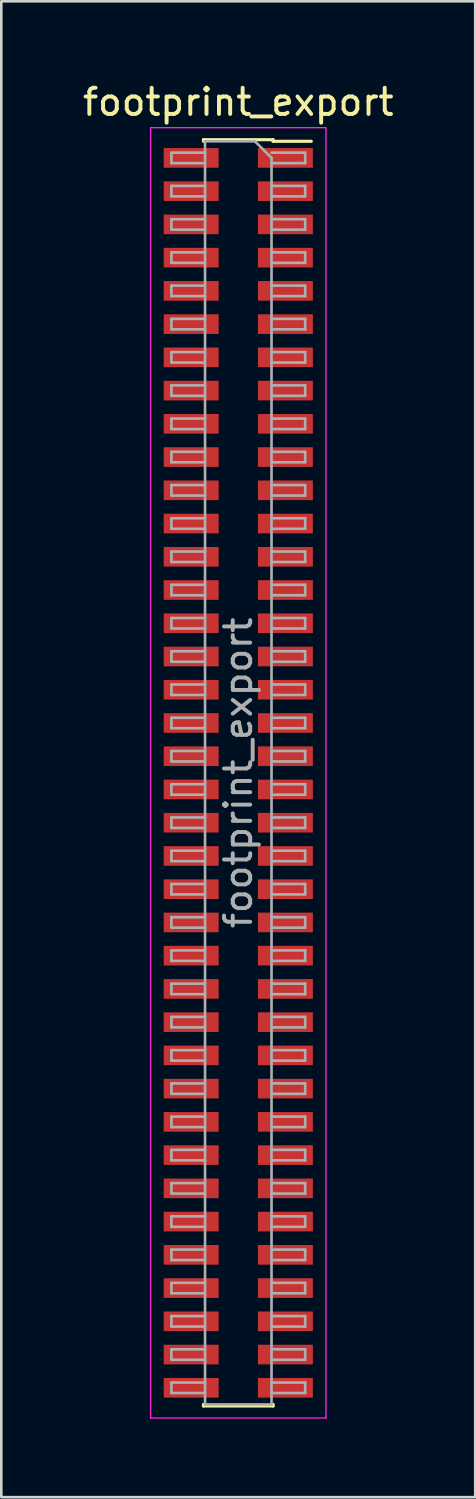
<source format=kicad_pcb>
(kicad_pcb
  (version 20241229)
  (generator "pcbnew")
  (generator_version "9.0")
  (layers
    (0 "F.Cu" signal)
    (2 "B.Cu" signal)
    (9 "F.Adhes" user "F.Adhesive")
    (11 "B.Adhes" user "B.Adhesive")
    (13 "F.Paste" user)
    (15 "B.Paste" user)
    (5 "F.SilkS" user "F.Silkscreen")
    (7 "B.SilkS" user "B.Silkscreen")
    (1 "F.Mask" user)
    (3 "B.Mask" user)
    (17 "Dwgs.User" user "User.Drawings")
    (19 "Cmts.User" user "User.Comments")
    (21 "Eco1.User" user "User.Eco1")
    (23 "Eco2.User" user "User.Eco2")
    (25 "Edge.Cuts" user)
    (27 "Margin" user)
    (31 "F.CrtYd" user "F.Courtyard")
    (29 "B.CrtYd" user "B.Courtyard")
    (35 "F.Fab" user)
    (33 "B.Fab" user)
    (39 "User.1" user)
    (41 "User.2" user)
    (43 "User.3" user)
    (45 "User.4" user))
  (footprint "footprint_export"
    (layer "F.Cu")
    (at 6.054 26.478)
    (property "Reference" "footprint_export" (at 0 -25.63 0) (layer "F.SilkS") (effects (font (size 1 1) (thickness 0.15))))
    (attr smd)
    (fp_line (start -1.33 -24.19) (end -1.33 -24.13) (stroke (width 0.12) (type solid)) (layer "F.SilkS"))
    (fp_line (start -1.33 -24.19) (end 1.33 -24.19) (stroke (width 0.12) (type solid)) (layer "F.SilkS"))
    (fp_line (start -1.33 24.13) (end -1.33 24.19) (stroke (width 0.12) (type solid)) (layer "F.SilkS"))
    (fp_line (start -1.33 24.19) (end 1.33 24.19) (stroke (width 0.12) (type solid)) (layer "F.SilkS"))
    (fp_line (start 1.33 -24.19) (end 1.33 -24.13) (stroke (width 0.12) (type solid)) (layer "F.SilkS"))
    (fp_line (start 1.33 -24.13) (end 2.79 -24.13) (stroke (width 0.12) (type solid)) (layer "F.SilkS"))
    (fp_line (start 1.33 24.13) (end 1.33 24.19) (stroke (width 0.12) (type solid)) (layer "F.SilkS"))
    (fp_line (start -3.35 -24.65) (end 3.35 -24.65) (stroke (width 0.05) (type solid)) (layer "F.CrtYd"))
    (fp_line (start -3.35 24.65) (end -3.35 -24.65) (stroke (width 0.05) (type solid)) (layer "F.CrtYd"))
    (fp_line (start 3.35 -24.65) (end 3.35 24.65) (stroke (width 0.05) (type solid)) (layer "F.CrtYd"))
    (fp_line (start 3.35 24.65) (end -3.35 24.65) (stroke (width 0.05) (type solid)) (layer "F.CrtYd"))
    (fp_line (start -2.555 -23.695) (end -1.27 -23.695) (stroke (width 0.1) (type solid)) (layer "F.Fab"))
    (fp_line (start -2.555 -23.295) (end -2.555 -23.695) (stroke (width 0.1) (type solid)) (layer "F.Fab"))
    (fp_line (start -2.555 -22.425) (end -1.27 -22.425) (stroke (width 0.1) (type solid)) (layer "F.Fab"))
    (fp_line (start -2.555 -22.025) (end -2.555 -22.425) (stroke (width 0.1) (type solid)) (layer "F.Fab"))
    (fp_line (start -2.555 -21.155) (end -1.27 -21.155) (stroke (width 0.1) (type solid)) (layer "F.Fab"))
    (fp_line (start -2.555 -20.755) (end -2.555 -21.155) (stroke (width 0.1) (type solid)) (layer "F.Fab"))
    (fp_line (start -2.555 -19.885) (end -1.27 -19.885) (stroke (width 0.1) (type solid)) (layer "F.Fab"))
    (fp_line (start -2.555 -19.485) (end -2.555 -19.885) (stroke (width 0.1) (type solid)) (layer "F.Fab"))
    (fp_line (start -2.555 -18.615) (end -1.27 -18.615) (stroke (width 0.1) (type solid)) (layer "F.Fab"))
    (fp_line (start -2.555 -18.215) (end -2.555 -18.615) (stroke (width 0.1) (type solid)) (layer "F.Fab"))
    (fp_line (start -2.555 -17.345) (end -1.27 -17.345) (stroke (width 0.1) (type solid)) (layer "F.Fab"))
    (fp_line (start -2.555 -16.945) (end -2.555 -17.345) (stroke (width 0.1) (type solid)) (layer "F.Fab"))
    (fp_line (start -2.555 -16.075) (end -1.27 -16.075) (stroke (width 0.1) (type solid)) (layer "F.Fab"))
    (fp_line (start -2.555 -15.675) (end -2.555 -16.075) (stroke (width 0.1) (type solid)) (layer "F.Fab"))
    (fp_line (start -2.555 -14.805) (end -1.27 -14.805) (stroke (width 0.1) (type solid)) (layer "F.Fab"))
    (fp_line (start -2.555 -14.405) (end -2.555 -14.805) (stroke (width 0.1) (type solid)) (layer "F.Fab"))
    (fp_line (start -2.555 -13.535) (end -1.27 -13.535) (stroke (width 0.1) (type solid)) (layer "F.Fab"))
    (fp_line (start -2.555 -13.135) (end -2.555 -13.535) (stroke (width 0.1) (type solid)) (layer "F.Fab"))
    (fp_line (start -2.555 -12.265) (end -1.27 -12.265) (stroke (width 0.1) (type solid)) (layer "F.Fab"))
    (fp_line (start -2.555 -11.865) (end -2.555 -12.265) (stroke (width 0.1) (type solid)) (layer "F.Fab"))
    (fp_line (start -2.555 -10.995) (end -1.27 -10.995) (stroke (width 0.1) (type solid)) (layer "F.Fab"))
    (fp_line (start -2.555 -10.595) (end -2.555 -10.995) (stroke (width 0.1) (type solid)) (layer "F.Fab"))
    (fp_line (start -2.555 -9.725) (end -1.27 -9.725) (stroke (width 0.1) (type solid)) (layer "F.Fab"))
    (fp_line (start -2.555 -9.325) (end -2.555 -9.725) (stroke (width 0.1) (type solid)) (layer "F.Fab"))
    (fp_line (start -2.555 -8.455) (end -1.27 -8.455) (stroke (width 0.1) (type solid)) (layer "F.Fab"))
    (fp_line (start -2.555 -8.055) (end -2.555 -8.455) (stroke (width 0.1) (type solid)) (layer "F.Fab"))
    (fp_line (start -2.555 -7.185) (end -1.27 -7.185) (stroke (width 0.1) (type solid)) (layer "F.Fab"))
    (fp_line (start -2.555 -6.785) (end -2.555 -7.185) (stroke (width 0.1) (type solid)) (layer "F.Fab"))
    (fp_line (start -2.555 -5.915) (end -1.27 -5.915) (stroke (width 0.1) (type solid)) (layer "F.Fab"))
    (fp_line (start -2.555 -5.515) (end -2.555 -5.915) (stroke (width 0.1) (type solid)) (layer "F.Fab"))
    (fp_line (start -2.555 -4.645) (end -1.27 -4.645) (stroke (width 0.1) (type solid)) (layer "F.Fab"))
    (fp_line (start -2.555 -4.245) (end -2.555 -4.645) (stroke (width 0.1) (type solid)) (layer "F.Fab"))
    (fp_line (start -2.555 -3.375) (end -1.27 -3.375) (stroke (width 0.1) (type solid)) (layer "F.Fab"))
    (fp_line (start -2.555 -2.975) (end -2.555 -3.375) (stroke (width 0.1) (type solid)) (layer "F.Fab"))
    (fp_line (start -2.555 -2.105) (end -1.27 -2.105) (stroke (width 0.1) (type solid)) (layer "F.Fab"))
    (fp_line (start -2.555 -1.705) (end -2.555 -2.105) (stroke (width 0.1) (type solid)) (layer "F.Fab"))
    (fp_line (start -2.555 -0.835) (end -1.27 -0.835) (stroke (width 0.1) (type solid)) (layer "F.Fab"))
    (fp_line (start -2.555 -0.435) (end -2.555 -0.835) (stroke (width 0.1) (type solid)) (layer "F.Fab"))
    (fp_line (start -2.555 0.435) (end -1.27 0.435) (stroke (width 0.1) (type solid)) (layer "F.Fab"))
    (fp_line (start -2.555 0.835) (end -2.555 0.435) (stroke (width 0.1) (type solid)) (layer "F.Fab"))
    (fp_line (start -2.555 1.705) (end -1.27 1.705) (stroke (width 0.1) (type solid)) (layer "F.Fab"))
    (fp_line (start -2.555 2.105) (end -2.555 1.705) (stroke (width 0.1) (type solid)) (layer "F.Fab"))
    (fp_line (start -2.555 2.975) (end -1.27 2.975) (stroke (width 0.1) (type solid)) (layer "F.Fab"))
    (fp_line (start -2.555 3.375) (end -2.555 2.975) (stroke (width 0.1) (type solid)) (layer "F.Fab"))
    (fp_line (start -2.555 4.245) (end -1.27 4.245) (stroke (width 0.1) (type solid)) (layer "F.Fab"))
    (fp_line (start -2.555 4.645) (end -2.555 4.245) (stroke (width 0.1) (type solid)) (layer "F.Fab"))
    (fp_line (start -2.555 5.515) (end -1.27 5.515) (stroke (width 0.1) (type solid)) (layer "F.Fab"))
    (fp_line (start -2.555 5.915) (end -2.555 5.515) (stroke (width 0.1) (type solid)) (layer "F.Fab"))
    (fp_line (start -2.555 6.785) (end -1.27 6.785) (stroke (width 0.1) (type solid)) (layer "F.Fab"))
    (fp_line (start -2.555 7.185) (end -2.555 6.785) (stroke (width 0.1) (type solid)) (layer "F.Fab"))
    (fp_line (start -2.555 8.055) (end -1.27 8.055) (stroke (width 0.1) (type solid)) (layer "F.Fab"))
    (fp_line (start -2.555 8.455) (end -2.555 8.055) (stroke (width 0.1) (type solid)) (layer "F.Fab"))
    (fp_line (start -2.555 9.325) (end -1.27 9.325) (stroke (width 0.1) (type solid)) (layer "F.Fab"))
    (fp_line (start -2.555 9.725) (end -2.555 9.325) (stroke (width 0.1) (type solid)) (layer "F.Fab"))
    (fp_line (start -2.555 10.595) (end -1.27 10.595) (stroke (width 0.1) (type solid)) (layer "F.Fab"))
    (fp_line (start -2.555 10.995) (end -2.555 10.595) (stroke (width 0.1) (type solid)) (layer "F.Fab"))
    (fp_line (start -2.555 11.865) (end -1.27 11.865) (stroke (width 0.1) (type solid)) (layer "F.Fab"))
    (fp_line (start -2.555 12.265) (end -2.555 11.865) (stroke (width 0.1) (type solid)) (layer "F.Fab"))
    (fp_line (start -2.555 13.135) (end -1.27 13.135) (stroke (width 0.1) (type solid)) (layer "F.Fab"))
    (fp_line (start -2.555 13.535) (end -2.555 13.135) (stroke (width 0.1) (type solid)) (layer "F.Fab"))
    (fp_line (start -2.555 14.405) (end -1.27 14.405) (stroke (width 0.1) (type solid)) (layer "F.Fab"))
    (fp_line (start -2.555 14.805) (end -2.555 14.405) (stroke (width 0.1) (type solid)) (layer "F.Fab"))
    (fp_line (start -2.555 15.675) (end -1.27 15.675) (stroke (width 0.1) (type solid)) (layer "F.Fab"))
    (fp_line (start -2.555 16.075) (end -2.555 15.675) (stroke (width 0.1) (type solid)) (layer "F.Fab"))
    (fp_line (start -2.555 16.945) (end -1.27 16.945) (stroke (width 0.1) (type solid)) (layer "F.Fab"))
    (fp_line (start -2.555 17.345) (end -2.555 16.945) (stroke (width 0.1) (type solid)) (layer "F.Fab"))
    (fp_line (start -2.555 18.215) (end -1.27 18.215) (stroke (width 0.1) (type solid)) (layer "F.Fab"))
    (fp_line (start -2.555 18.615) (end -2.555 18.215) (stroke (width 0.1) (type solid)) (layer "F.Fab"))
    (fp_line (start -2.555 19.485) (end -1.27 19.485) (stroke (width 0.1) (type solid)) (layer "F.Fab"))
    (fp_line (start -2.555 19.885) (end -2.555 19.485) (stroke (width 0.1) (type solid)) (layer "F.Fab"))
    (fp_line (start -2.555 20.755) (end -1.27 20.755) (stroke (width 0.1) (type solid)) (layer "F.Fab"))
    (fp_line (start -2.555 21.155) (end -2.555 20.755) (stroke (width 0.1) (type solid)) (layer "F.Fab"))
    (fp_line (start -2.555 22.025) (end -1.27 22.025) (stroke (width 0.1) (type solid)) (layer "F.Fab"))
    (fp_line (start -2.555 22.425) (end -2.555 22.025) (stroke (width 0.1) (type solid)) (layer "F.Fab"))
    (fp_line (start -2.555 23.295) (end -1.27 23.295) (stroke (width 0.1) (type solid)) (layer "F.Fab"))
    (fp_line (start -2.555 23.695) (end -2.555 23.295) (stroke (width 0.1) (type solid)) (layer "F.Fab"))
    (fp_line (start -1.27 -24.13) (end 0.635 -24.13) (stroke (width 0.1) (type solid)) (layer "F.Fab"))
    (fp_line (start -1.27 -23.295) (end -2.555 -23.295) (stroke (width 0.1) (type solid)) (layer "F.Fab"))
    (fp_line (start -1.27 -22.025) (end -2.555 -22.025) (stroke (width 0.1) (type solid)) (layer "F.Fab"))
    (fp_line (start -1.27 -20.755) (end -2.555 -20.755) (stroke (width 0.1) (type solid)) (layer "F.Fab"))
    (fp_line (start -1.27 -19.485) (end -2.555 -19.485) (stroke (width 0.1) (type solid)) (layer "F.Fab"))
    (fp_line (start -1.27 -18.215) (end -2.555 -18.215) (stroke (width 0.1) (type solid)) (layer "F.Fab"))
    (fp_line (start -1.27 -16.945) (end -2.555 -16.945) (stroke (width 0.1) (type solid)) (layer "F.Fab"))
    (fp_line (start -1.27 -15.675) (end -2.555 -15.675) (stroke (width 0.1) (type solid)) (layer "F.Fab"))
    (fp_line (start -1.27 -14.405) (end -2.555 -14.405) (stroke (width 0.1) (type solid)) (layer "F.Fab"))
    (fp_line (start -1.27 -13.135) (end -2.555 -13.135) (stroke (width 0.1) (type solid)) (layer "F.Fab"))
    (fp_line (start -1.27 -11.865) (end -2.555 -11.865) (stroke (width 0.1) (type solid)) (layer "F.Fab"))
    (fp_line (start -1.27 -10.595) (end -2.555 -10.595) (stroke (width 0.1) (type solid)) (layer "F.Fab"))
    (fp_line (start -1.27 -9.325) (end -2.555 -9.325) (stroke (width 0.1) (type solid)) (layer "F.Fab"))
    (fp_line (start -1.27 -8.055) (end -2.555 -8.055) (stroke (width 0.1) (type solid)) (layer "F.Fab"))
    (fp_line (start -1.27 -6.785) (end -2.555 -6.785) (stroke (width 0.1) (type solid)) (layer "F.Fab"))
    (fp_line (start -1.27 -5.515) (end -2.555 -5.515) (stroke (width 0.1) (type solid)) (layer "F.Fab"))
    (fp_line (start -1.27 -4.245) (end -2.555 -4.245) (stroke (width 0.1) (type solid)) (layer "F.Fab"))
    (fp_line (start -1.27 -2.975) (end -2.555 -2.975) (stroke (width 0.1) (type solid)) (layer "F.Fab"))
    (fp_line (start -1.27 -1.705) (end -2.555 -1.705) (stroke (width 0.1) (type solid)) (layer "F.Fab"))
    (fp_line (start -1.27 -0.435) (end -2.555 -0.435) (stroke (width 0.1) (type solid)) (layer "F.Fab"))
    (fp_line (start -1.27 0.835) (end -2.555 0.835) (stroke (width 0.1) (type solid)) (layer "F.Fab"))
    (fp_line (start -1.27 2.105) (end -2.555 2.105) (stroke (width 0.1) (type solid)) (layer "F.Fab"))
    (fp_line (start -1.27 3.375) (end -2.555 3.375) (stroke (width 0.1) (type solid)) (layer "F.Fab"))
    (fp_line (start -1.27 4.645) (end -2.555 4.645) (stroke (width 0.1) (type solid)) (layer "F.Fab"))
    (fp_line (start -1.27 5.915) (end -2.555 5.915) (stroke (width 0.1) (type solid)) (layer "F.Fab"))
    (fp_line (start -1.27 7.185) (end -2.555 7.185) (stroke (width 0.1) (type solid)) (layer "F.Fab"))
    (fp_line (start -1.27 8.455) (end -2.555 8.455) (stroke (width 0.1) (type solid)) (layer "F.Fab"))
    (fp_line (start -1.27 9.725) (end -2.555 9.725) (stroke (width 0.1) (type solid)) (layer "F.Fab"))
    (fp_line (start -1.27 10.995) (end -2.555 10.995) (stroke (width 0.1) (type solid)) (layer "F.Fab"))
    (fp_line (start -1.27 12.265) (end -2.555 12.265) (stroke (width 0.1) (type solid)) (layer "F.Fab"))
    (fp_line (start -1.27 13.535) (end -2.555 13.535) (stroke (width 0.1) (type solid)) (layer "F.Fab"))
    (fp_line (start -1.27 14.805) (end -2.555 14.805) (stroke (width 0.1) (type solid)) (layer "F.Fab"))
    (fp_line (start -1.27 16.075) (end -2.555 16.075) (stroke (width 0.1) (type solid)) (layer "F.Fab"))
    (fp_line (start -1.27 17.345) (end -2.555 17.345) (stroke (width 0.1) (type solid)) (layer "F.Fab"))
    (fp_line (start -1.27 18.615) (end -2.555 18.615) (stroke (width 0.1) (type solid)) (layer "F.Fab"))
    (fp_line (start -1.27 19.885) (end -2.555 19.885) (stroke (width 0.1) (type solid)) (layer "F.Fab"))
    (fp_line (start -1.27 21.155) (end -2.555 21.155) (stroke (width 0.1) (type solid)) (layer "F.Fab"))
    (fp_line (start -1.27 22.425) (end -2.555 22.425) (stroke (width 0.1) (type solid)) (layer "F.Fab"))
    (fp_line (start -1.27 23.695) (end -2.555 23.695) (stroke (width 0.1) (type solid)) (layer "F.Fab"))
    (fp_line (start -1.27 24.13) (end -1.27 -24.13) (stroke (width 0.1) (type solid)) (layer "F.Fab"))
    (fp_line (start 0.635 -24.13) (end 1.27 -23.495) (stroke (width 0.1) (type solid)) (layer "F.Fab"))
    (fp_line (start 1.27 -23.695) (end 2.555 -23.695) (stroke (width 0.1) (type solid)) (layer "F.Fab"))
    (fp_line (start 1.27 -23.495) (end 1.27 24.13) (stroke (width 0.1) (type solid)) (layer "F.Fab"))
    (fp_line (start 1.27 -22.425) (end 2.555 -22.425) (stroke (width 0.1) (type solid)) (layer "F.Fab"))
    (fp_line (start 1.27 -21.155) (end 2.555 -21.155) (stroke (width 0.1) (type solid)) (layer "F.Fab"))
    (fp_line (start 1.27 -19.885) (end 2.555 -19.885) (stroke (width 0.1) (type solid)) (layer "F.Fab"))
    (fp_line (start 1.27 -18.615) (end 2.555 -18.615) (stroke (width 0.1) (type solid)) (layer "F.Fab"))
    (fp_line (start 1.27 -17.345) (end 2.555 -17.345) (stroke (width 0.1) (type solid)) (layer "F.Fab"))
    (fp_line (start 1.27 -16.075) (end 2.555 -16.075) (stroke (width 0.1) (type solid)) (layer "F.Fab"))
    (fp_line (start 1.27 -14.805) (end 2.555 -14.805) (stroke (width 0.1) (type solid)) (layer "F.Fab"))
    (fp_line (start 1.27 -13.535) (end 2.555 -13.535) (stroke (width 0.1) (type solid)) (layer "F.Fab"))
    (fp_line (start 1.27 -12.265) (end 2.555 -12.265) (stroke (width 0.1) (type solid)) (layer "F.Fab"))
    (fp_line (start 1.27 -10.995) (end 2.555 -10.995) (stroke (width 0.1) (type solid)) (layer "F.Fab"))
    (fp_line (start 1.27 -9.725) (end 2.555 -9.725) (stroke (width 0.1) (type solid)) (layer "F.Fab"))
    (fp_line (start 1.27 -8.455) (end 2.555 -8.455) (stroke (width 0.1) (type solid)) (layer "F.Fab"))
    (fp_line (start 1.27 -7.185) (end 2.555 -7.185) (stroke (width 0.1) (type solid)) (layer "F.Fab"))
    (fp_line (start 1.27 -5.915) (end 2.555 -5.915) (stroke (width 0.1) (type solid)) (layer "F.Fab"))
    (fp_line (start 1.27 -4.645) (end 2.555 -4.645) (stroke (width 0.1) (type solid)) (layer "F.Fab"))
    (fp_line (start 1.27 -3.375) (end 2.555 -3.375) (stroke (width 0.1) (type solid)) (layer "F.Fab"))
    (fp_line (start 1.27 -2.105) (end 2.555 -2.105) (stroke (width 0.1) (type solid)) (layer "F.Fab"))
    (fp_line (start 1.27 -0.835) (end 2.555 -0.835) (stroke (width 0.1) (type solid)) (layer "F.Fab"))
    (fp_line (start 1.27 0.435) (end 2.555 0.435) (stroke (width 0.1) (type solid)) (layer "F.Fab"))
    (fp_line (start 1.27 1.705) (end 2.555 1.705) (stroke (width 0.1) (type solid)) (layer "F.Fab"))
    (fp_line (start 1.27 2.975) (end 2.555 2.975) (stroke (width 0.1) (type solid)) (layer "F.Fab"))
    (fp_line (start 1.27 4.245) (end 2.555 4.245) (stroke (width 0.1) (type solid)) (layer "F.Fab"))
    (fp_line (start 1.27 5.515) (end 2.555 5.515) (stroke (width 0.1) (type solid)) (layer "F.Fab"))
    (fp_line (start 1.27 6.785) (end 2.555 6.785) (stroke (width 0.1) (type solid)) (layer "F.Fab"))
    (fp_line (start 1.27 8.055) (end 2.555 8.055) (stroke (width 0.1) (type solid)) (layer "F.Fab"))
    (fp_line (start 1.27 9.325) (end 2.555 9.325) (stroke (width 0.1) (type solid)) (layer "F.Fab"))
    (fp_line (start 1.27 10.595) (end 2.555 10.595) (stroke (width 0.1) (type solid)) (layer "F.Fab"))
    (fp_line (start 1.27 11.865) (end 2.555 11.865) (stroke (width 0.1) (type solid)) (layer "F.Fab"))
    (fp_line (start 1.27 13.135) (end 2.555 13.135) (stroke (width 0.1) (type solid)) (layer "F.Fab"))
    (fp_line (start 1.27 14.405) (end 2.555 14.405) (stroke (width 0.1) (type solid)) (layer "F.Fab"))
    (fp_line (start 1.27 15.675) (end 2.555 15.675) (stroke (width 0.1) (type solid)) (layer "F.Fab"))
    (fp_line (start 1.27 16.945) (end 2.555 16.945) (stroke (width 0.1) (type solid)) (layer "F.Fab"))
    (fp_line (start 1.27 18.215) (end 2.555 18.215) (stroke (width 0.1) (type solid)) (layer "F.Fab"))
    (fp_line (start 1.27 19.485) (end 2.555 19.485) (stroke (width 0.1) (type solid)) (layer "F.Fab"))
    (fp_line (start 1.27 20.755) (end 2.555 20.755) (stroke (width 0.1) (type solid)) (layer "F.Fab"))
    (fp_line (start 1.27 22.025) (end 2.555 22.025) (stroke (width 0.1) (type solid)) (layer "F.Fab"))
    (fp_line (start 1.27 23.295) (end 2.555 23.295) (stroke (width 0.1) (type solid)) (layer "F.Fab"))
    (fp_line (start 1.27 24.13) (end -1.27 24.13) (stroke (width 0.1) (type solid)) (layer "F.Fab"))
    (fp_line (start 2.555 -23.695) (end 2.555 -23.295) (stroke (width 0.1) (type solid)) (layer "F.Fab"))
    (fp_line (start 2.555 -23.295) (end 1.27 -23.295) (stroke (width 0.1) (type solid)) (layer "F.Fab"))
    (fp_line (start 2.555 -22.425) (end 2.555 -22.025) (stroke (width 0.1) (type solid)) (layer "F.Fab"))
    (fp_line (start 2.555 -22.025) (end 1.27 -22.025) (stroke (width 0.1) (type solid)) (layer "F.Fab"))
    (fp_line (start 2.555 -21.155) (end 2.555 -20.755) (stroke (width 0.1) (type solid)) (layer "F.Fab"))
    (fp_line (start 2.555 -20.755) (end 1.27 -20.755) (stroke (width 0.1) (type solid)) (layer "F.Fab"))
    (fp_line (start 2.555 -19.885) (end 2.555 -19.485) (stroke (width 0.1) (type solid)) (layer "F.Fab"))
    (fp_line (start 2.555 -19.485) (end 1.27 -19.485) (stroke (width 0.1) (type solid)) (layer "F.Fab"))
    (fp_line (start 2.555 -18.615) (end 2.555 -18.215) (stroke (width 0.1) (type solid)) (layer "F.Fab"))
    (fp_line (start 2.555 -18.215) (end 1.27 -18.215) (stroke (width 0.1) (type solid)) (layer "F.Fab"))
    (fp_line (start 2.555 -17.345) (end 2.555 -16.945) (stroke (width 0.1) (type solid)) (layer "F.Fab"))
    (fp_line (start 2.555 -16.945) (end 1.27 -16.945) (stroke (width 0.1) (type solid)) (layer "F.Fab"))
    (fp_line (start 2.555 -16.075) (end 2.555 -15.675) (stroke (width 0.1) (type solid)) (layer "F.Fab"))
    (fp_line (start 2.555 -15.675) (end 1.27 -15.675) (stroke (width 0.1) (type solid)) (layer "F.Fab"))
    (fp_line (start 2.555 -14.805) (end 2.555 -14.405) (stroke (width 0.1) (type solid)) (layer "F.Fab"))
    (fp_line (start 2.555 -14.405) (end 1.27 -14.405) (stroke (width 0.1) (type solid)) (layer "F.Fab"))
    (fp_line (start 2.555 -13.535) (end 2.555 -13.135) (stroke (width 0.1) (type solid)) (layer "F.Fab"))
    (fp_line (start 2.555 -13.135) (end 1.27 -13.135) (stroke (width 0.1) (type solid)) (layer "F.Fab"))
    (fp_line (start 2.555 -12.265) (end 2.555 -11.865) (stroke (width 0.1) (type solid)) (layer "F.Fab"))
    (fp_line (start 2.555 -11.865) (end 1.27 -11.865) (stroke (width 0.1) (type solid)) (layer "F.Fab"))
    (fp_line (start 2.555 -10.995) (end 2.555 -10.595) (stroke (width 0.1) (type solid)) (layer "F.Fab"))
    (fp_line (start 2.555 -10.595) (end 1.27 -10.595) (stroke (width 0.1) (type solid)) (layer "F.Fab"))
    (fp_line (start 2.555 -9.725) (end 2.555 -9.325) (stroke (width 0.1) (type solid)) (layer "F.Fab"))
    (fp_line (start 2.555 -9.325) (end 1.27 -9.325) (stroke (width 0.1) (type solid)) (layer "F.Fab"))
    (fp_line (start 2.555 -8.455) (end 2.555 -8.055) (stroke (width 0.1) (type solid)) (layer "F.Fab"))
    (fp_line (start 2.555 -8.055) (end 1.27 -8.055) (stroke (width 0.1) (type solid)) (layer "F.Fab"))
    (fp_line (start 2.555 -7.185) (end 2.555 -6.785) (stroke (width 0.1) (type solid)) (layer "F.Fab"))
    (fp_line (start 2.555 -6.785) (end 1.27 -6.785) (stroke (width 0.1) (type solid)) (layer "F.Fab"))
    (fp_line (start 2.555 -5.915) (end 2.555 -5.515) (stroke (width 0.1) (type solid)) (layer "F.Fab"))
    (fp_line (start 2.555 -5.515) (end 1.27 -5.515) (stroke (width 0.1) (type solid)) (layer "F.Fab"))
    (fp_line (start 2.555 -4.645) (end 2.555 -4.245) (stroke (width 0.1) (type solid)) (layer "F.Fab"))
    (fp_line (start 2.555 -4.245) (end 1.27 -4.245) (stroke (width 0.1) (type solid)) (layer "F.Fab"))
    (fp_line (start 2.555 -3.375) (end 2.555 -2.975) (stroke (width 0.1) (type solid)) (layer "F.Fab"))
    (fp_line (start 2.555 -2.975) (end 1.27 -2.975) (stroke (width 0.1) (type solid)) (layer "F.Fab"))
    (fp_line (start 2.555 -2.105) (end 2.555 -1.705) (stroke (width 0.1) (type solid)) (layer "F.Fab"))
    (fp_line (start 2.555 -1.705) (end 1.27 -1.705) (stroke (width 0.1) (type solid)) (layer "F.Fab"))
    (fp_line (start 2.555 -0.835) (end 2.555 -0.435) (stroke (width 0.1) (type solid)) (layer "F.Fab"))
    (fp_line (start 2.555 -0.435) (end 1.27 -0.435) (stroke (width 0.1) (type solid)) (layer "F.Fab"))
    (fp_line (start 2.555 0.435) (end 2.555 0.835) (stroke (width 0.1) (type solid)) (layer "F.Fab"))
    (fp_line (start 2.555 0.835) (end 1.27 0.835) (stroke (width 0.1) (type solid)) (layer "F.Fab"))
    (fp_line (start 2.555 1.705) (end 2.555 2.105) (stroke (width 0.1) (type solid)) (layer "F.Fab"))
    (fp_line (start 2.555 2.105) (end 1.27 2.105) (stroke (width 0.1) (type solid)) (layer "F.Fab"))
    (fp_line (start 2.555 2.975) (end 2.555 3.375) (stroke (width 0.1) (type solid)) (layer "F.Fab"))
    (fp_line (start 2.555 3.375) (end 1.27 3.375) (stroke (width 0.1) (type solid)) (layer "F.Fab"))
    (fp_line (start 2.555 4.245) (end 2.555 4.645) (stroke (width 0.1) (type solid)) (layer "F.Fab"))
    (fp_line (start 2.555 4.645) (end 1.27 4.645) (stroke (width 0.1) (type solid)) (layer "F.Fab"))
    (fp_line (start 2.555 5.515) (end 2.555 5.915) (stroke (width 0.1) (type solid)) (layer "F.Fab"))
    (fp_line (start 2.555 5.915) (end 1.27 5.915) (stroke (width 0.1) (type solid)) (layer "F.Fab"))
    (fp_line (start 2.555 6.785) (end 2.555 7.185) (stroke (width 0.1) (type solid)) (layer "F.Fab"))
    (fp_line (start 2.555 7.185) (end 1.27 7.185) (stroke (width 0.1) (type solid)) (layer "F.Fab"))
    (fp_line (start 2.555 8.055) (end 2.555 8.455) (stroke (width 0.1) (type solid)) (layer "F.Fab"))
    (fp_line (start 2.555 8.455) (end 1.27 8.455) (stroke (width 0.1) (type solid)) (layer "F.Fab"))
    (fp_line (start 2.555 9.325) (end 2.555 9.725) (stroke (width 0.1) (type solid)) (layer "F.Fab"))
    (fp_line (start 2.555 9.725) (end 1.27 9.725) (stroke (width 0.1) (type solid)) (layer "F.Fab"))
    (fp_line (start 2.555 10.595) (end 2.555 10.995) (stroke (width 0.1) (type solid)) (layer "F.Fab"))
    (fp_line (start 2.555 10.995) (end 1.27 10.995) (stroke (width 0.1) (type solid)) (layer "F.Fab"))
    (fp_line (start 2.555 11.865) (end 2.555 12.265) (stroke (width 0.1) (type solid)) (layer "F.Fab"))
    (fp_line (start 2.555 12.265) (end 1.27 12.265) (stroke (width 0.1) (type solid)) (layer "F.Fab"))
    (fp_line (start 2.555 13.135) (end 2.555 13.535) (stroke (width 0.1) (type solid)) (layer "F.Fab"))
    (fp_line (start 2.555 13.535) (end 1.27 13.535) (stroke (width 0.1) (type solid)) (layer "F.Fab"))
    (fp_line (start 2.555 14.405) (end 2.555 14.805) (stroke (width 0.1) (type solid)) (layer "F.Fab"))
    (fp_line (start 2.555 14.805) (end 1.27 14.805) (stroke (width 0.1) (type solid)) (layer "F.Fab"))
    (fp_line (start 2.555 15.675) (end 2.555 16.075) (stroke (width 0.1) (type solid)) (layer "F.Fab"))
    (fp_line (start 2.555 16.075) (end 1.27 16.075) (stroke (width 0.1) (type solid)) (layer "F.Fab"))
    (fp_line (start 2.555 16.945) (end 2.555 17.345) (stroke (width 0.1) (type solid)) (layer "F.Fab"))
    (fp_line (start 2.555 17.345) (end 1.27 17.345) (stroke (width 0.1) (type solid)) (layer "F.Fab"))
    (fp_line (start 2.555 18.215) (end 2.555 18.615) (stroke (width 0.1) (type solid)) (layer "F.Fab"))
    (fp_line (start 2.555 18.615) (end 1.27 18.615) (stroke (width 0.1) (type solid)) (layer "F.Fab"))
    (fp_line (start 2.555 19.485) (end 2.555 19.885) (stroke (width 0.1) (type solid)) (layer "F.Fab"))
    (fp_line (start 2.555 19.885) (end 1.27 19.885) (stroke (width 0.1) (type solid)) (layer "F.Fab"))
    (fp_line (start 2.555 20.755) (end 2.555 21.155) (stroke (width 0.1) (type solid)) (layer "F.Fab"))
    (fp_line (start 2.555 21.155) (end 1.27 21.155) (stroke (width 0.1) (type solid)) (layer "F.Fab"))
    (fp_line (start 2.555 22.025) (end 2.555 22.425) (stroke (width 0.1) (type solid)) (layer "F.Fab"))
    (fp_line (start 2.555 22.425) (end 1.27 22.425) (stroke (width 0.1) (type solid)) (layer "F.Fab"))
    (fp_line (start 2.555 23.295) (end 2.555 23.695) (stroke (width 0.1) (type solid)) (layer "F.Fab"))
    (fp_line (start 2.555 23.695) (end 1.27 23.695) (stroke (width 0.1) (type solid)) (layer "F.Fab"))
    (fp_text user "${REFERENCE}" (at 0 0 90) (layer "F.Fab") (effects (font (size 1 1) (thickness 0.15))))
    (pad "1" smd rect (at 1.8 -23.495) (size 2.1 0.75) (layers "F.Cu" "F.Mask" "F.Paste"))
    (pad "2" smd rect (at -1.8 -23.495) (size 2.1 0.75) (layers "F.Cu" "F.Mask" "F.Paste"))
    (pad "3" smd rect (at 1.8 -22.225) (size 2.1 0.75) (layers "F.Cu" "F.Mask" "F.Paste"))
    (pad "4" smd rect (at -1.8 -22.225) (size 2.1 0.75) (layers "F.Cu" "F.Mask" "F.Paste"))
    (pad "5" smd rect (at 1.8 -20.955) (size 2.1 0.75) (layers "F.Cu" "F.Mask" "F.Paste"))
    (pad "6" smd rect (at -1.8 -20.955) (size 2.1 0.75) (layers "F.Cu" "F.Mask" "F.Paste"))
    (pad "7" smd rect (at 1.8 -19.685) (size 2.1 0.75) (layers "F.Cu" "F.Mask" "F.Paste"))
    (pad "8" smd rect (at -1.8 -19.685) (size 2.1 0.75) (layers "F.Cu" "F.Mask" "F.Paste"))
    (pad "9" smd rect (at 1.8 -18.415) (size 2.1 0.75) (layers "F.Cu" "F.Mask" "F.Paste"))
    (pad "10" smd rect (at -1.8 -18.415) (size 2.1 0.75) (layers "F.Cu" "F.Mask" "F.Paste"))
    (pad "11" smd rect (at 1.8 -17.145) (size 2.1 0.75) (layers "F.Cu" "F.Mask" "F.Paste"))
    (pad "12" smd rect (at -1.8 -17.145) (size 2.1 0.75) (layers "F.Cu" "F.Mask" "F.Paste"))
    (pad "13" smd rect (at 1.8 -15.875) (size 2.1 0.75) (layers "F.Cu" "F.Mask" "F.Paste"))
    (pad "14" smd rect (at -1.8 -15.875) (size 2.1 0.75) (layers "F.Cu" "F.Mask" "F.Paste"))
    (pad "15" smd rect (at 1.8 -14.605) (size 2.1 0.75) (layers "F.Cu" "F.Mask" "F.Paste"))
    (pad "16" smd rect (at -1.8 -14.605) (size 2.1 0.75) (layers "F.Cu" "F.Mask" "F.Paste"))
    (pad "17" smd rect (at 1.8 -13.335) (size 2.1 0.75) (layers "F.Cu" "F.Mask" "F.Paste"))
    (pad "18" smd rect (at -1.8 -13.335) (size 2.1 0.75) (layers "F.Cu" "F.Mask" "F.Paste"))
    (pad "19" smd rect (at 1.8 -12.065) (size 2.1 0.75) (layers "F.Cu" "F.Mask" "F.Paste"))
    (pad "20" smd rect (at -1.8 -12.065) (size 2.1 0.75) (layers "F.Cu" "F.Mask" "F.Paste"))
    (pad "21" smd rect (at 1.8 -10.795) (size 2.1 0.75) (layers "F.Cu" "F.Mask" "F.Paste"))
    (pad "22" smd rect (at -1.8 -10.795) (size 2.1 0.75) (layers "F.Cu" "F.Mask" "F.Paste"))
    (pad "23" smd rect (at 1.8 -9.525) (size 2.1 0.75) (layers "F.Cu" "F.Mask" "F.Paste"))
    (pad "24" smd rect (at -1.8 -9.525) (size 2.1 0.75) (layers "F.Cu" "F.Mask" "F.Paste"))
    (pad "25" smd rect (at 1.8 -8.255) (size 2.1 0.75) (layers "F.Cu" "F.Mask" "F.Paste"))
    (pad "26" smd rect (at -1.8 -8.255) (size 2.1 0.75) (layers "F.Cu" "F.Mask" "F.Paste"))
    (pad "27" smd rect (at 1.8 -6.985) (size 2.1 0.75) (layers "F.Cu" "F.Mask" "F.Paste"))
    (pad "28" smd rect (at -1.8 -6.985) (size 2.1 0.75) (layers "F.Cu" "F.Mask" "F.Paste"))
    (pad "29" smd rect (at 1.8 -5.715) (size 2.1 0.75) (layers "F.Cu" "F.Mask" "F.Paste"))
    (pad "30" smd rect (at -1.8 -5.715) (size 2.1 0.75) (layers "F.Cu" "F.Mask" "F.Paste"))
    (pad "31" smd rect (at 1.8 -4.445) (size 2.1 0.75) (layers "F.Cu" "F.Mask" "F.Paste"))
    (pad "32" smd rect (at -1.8 -4.445) (size 2.1 0.75) (layers "F.Cu" "F.Mask" "F.Paste"))
    (pad "33" smd rect (at 1.8 -3.175) (size 2.1 0.75) (layers "F.Cu" "F.Mask" "F.Paste"))
    (pad "34" smd rect (at -1.8 -3.175) (size 2.1 0.75) (layers "F.Cu" "F.Mask" "F.Paste"))
    (pad "35" smd rect (at 1.8 -1.905) (size 2.1 0.75) (layers "F.Cu" "F.Mask" "F.Paste"))
    (pad "36" smd rect (at -1.8 -1.905) (size 2.1 0.75) (layers "F.Cu" "F.Mask" "F.Paste"))
    (pad "37" smd rect (at 1.8 -0.635) (size 2.1 0.75) (layers "F.Cu" "F.Mask" "F.Paste"))
    (pad "38" smd rect (at -1.8 -0.635) (size 2.1 0.75) (layers "F.Cu" "F.Mask" "F.Paste"))
    (pad "39" smd rect (at 1.8 0.635) (size 2.1 0.75) (layers "F.Cu" "F.Mask" "F.Paste"))
    (pad "40" smd rect (at -1.8 0.635) (size 2.1 0.75) (layers "F.Cu" "F.Mask" "F.Paste"))
    (pad "41" smd rect (at 1.8 1.905) (size 2.1 0.75) (layers "F.Cu" "F.Mask" "F.Paste"))
    (pad "42" smd rect (at -1.8 1.905) (size 2.1 0.75) (layers "F.Cu" "F.Mask" "F.Paste"))
    (pad "43" smd rect (at 1.8 3.175) (size 2.1 0.75) (layers "F.Cu" "F.Mask" "F.Paste"))
    (pad "44" smd rect (at -1.8 3.175) (size 2.1 0.75) (layers "F.Cu" "F.Mask" "F.Paste"))
    (pad "45" smd rect (at 1.8 4.445) (size 2.1 0.75) (layers "F.Cu" "F.Mask" "F.Paste"))
    (pad "46" smd rect (at -1.8 4.445) (size 2.1 0.75) (layers "F.Cu" "F.Mask" "F.Paste"))
    (pad "47" smd rect (at 1.8 5.715) (size 2.1 0.75) (layers "F.Cu" "F.Mask" "F.Paste"))
    (pad "48" smd rect (at -1.8 5.715) (size 2.1 0.75) (layers "F.Cu" "F.Mask" "F.Paste"))
    (pad "49" smd rect (at 1.8 6.985) (size 2.1 0.75) (layers "F.Cu" "F.Mask" "F.Paste"))
    (pad "50" smd rect (at -1.8 6.985) (size 2.1 0.75) (layers "F.Cu" "F.Mask" "F.Paste"))
    (pad "51" smd rect (at 1.8 8.255) (size 2.1 0.75) (layers "F.Cu" "F.Mask" "F.Paste"))
    (pad "52" smd rect (at -1.8 8.255) (size 2.1 0.75) (layers "F.Cu" "F.Mask" "F.Paste"))
    (pad "53" smd rect (at 1.8 9.525) (size 2.1 0.75) (layers "F.Cu" "F.Mask" "F.Paste"))
    (pad "54" smd rect (at -1.8 9.525) (size 2.1 0.75) (layers "F.Cu" "F.Mask" "F.Paste"))
    (pad "55" smd rect (at 1.8 10.795) (size 2.1 0.75) (layers "F.Cu" "F.Mask" "F.Paste"))
    (pad "56" smd rect (at -1.8 10.795) (size 2.1 0.75) (layers "F.Cu" "F.Mask" "F.Paste"))
    (pad "57" smd rect (at 1.8 12.065) (size 2.1 0.75) (layers "F.Cu" "F.Mask" "F.Paste"))
    (pad "58" smd rect (at -1.8 12.065) (size 2.1 0.75) (layers "F.Cu" "F.Mask" "F.Paste"))
    (pad "59" smd rect (at 1.8 13.335) (size 2.1 0.75) (layers "F.Cu" "F.Mask" "F.Paste"))
    (pad "60" smd rect (at -1.8 13.335) (size 2.1 0.75) (layers "F.Cu" "F.Mask" "F.Paste"))
    (pad "61" smd rect (at 1.8 14.605) (size 2.1 0.75) (layers "F.Cu" "F.Mask" "F.Paste"))
    (pad "62" smd rect (at -1.8 14.605) (size 2.1 0.75) (layers "F.Cu" "F.Mask" "F.Paste"))
    (pad "63" smd rect (at 1.8 15.875) (size 2.1 0.75) (layers "F.Cu" "F.Mask" "F.Paste"))
    (pad "64" smd rect (at -1.8 15.875) (size 2.1 0.75) (layers "F.Cu" "F.Mask" "F.Paste"))
    (pad "65" smd rect (at 1.8 17.145) (size 2.1 0.75) (layers "F.Cu" "F.Mask" "F.Paste"))
    (pad "66" smd rect (at -1.8 17.145) (size 2.1 0.75) (layers "F.Cu" "F.Mask" "F.Paste"))
    (pad "67" smd rect (at 1.8 18.415) (size 2.1 0.75) (layers "F.Cu" "F.Mask" "F.Paste"))
    (pad "68" smd rect (at -1.8 18.415) (size 2.1 0.75) (layers "F.Cu" "F.Mask" "F.Paste"))
    (pad "69" smd rect (at 1.8 19.685) (size 2.1 0.75) (layers "F.Cu" "F.Mask" "F.Paste"))
    (pad "70" smd rect (at -1.8 19.685) (size 2.1 0.75) (layers "F.Cu" "F.Mask" "F.Paste"))
    (pad "71" smd rect (at 1.8 20.955) (size 2.1 0.75) (layers "F.Cu" "F.Mask" "F.Paste"))
    (pad "72" smd rect (at -1.8 20.955) (size 2.1 0.75) (layers "F.Cu" "F.Mask" "F.Paste"))
    (pad "73" smd rect (at 1.8 22.225) (size 2.1 0.75) (layers "F.Cu" "F.Mask" "F.Paste"))
    (pad "74" smd rect (at -1.8 22.225) (size 2.1 0.75) (layers "F.Cu" "F.Mask" "F.Paste"))
    (pad "75" smd rect (at 1.8 23.495) (size 2.1 0.75) (layers "F.Cu" "F.Mask" "F.Paste"))
    (pad "76" smd rect (at -1.8 23.495) (size 2.1 0.75) (layers "F.Cu" "F.Mask" "F.Paste")))
  (gr_rect
    (start -3 -3)
    (end 15.107 54.153)
    (stroke (width 0.1) (type default))
    (fill no)
    (layer "Edge.Cuts")))
</source>
